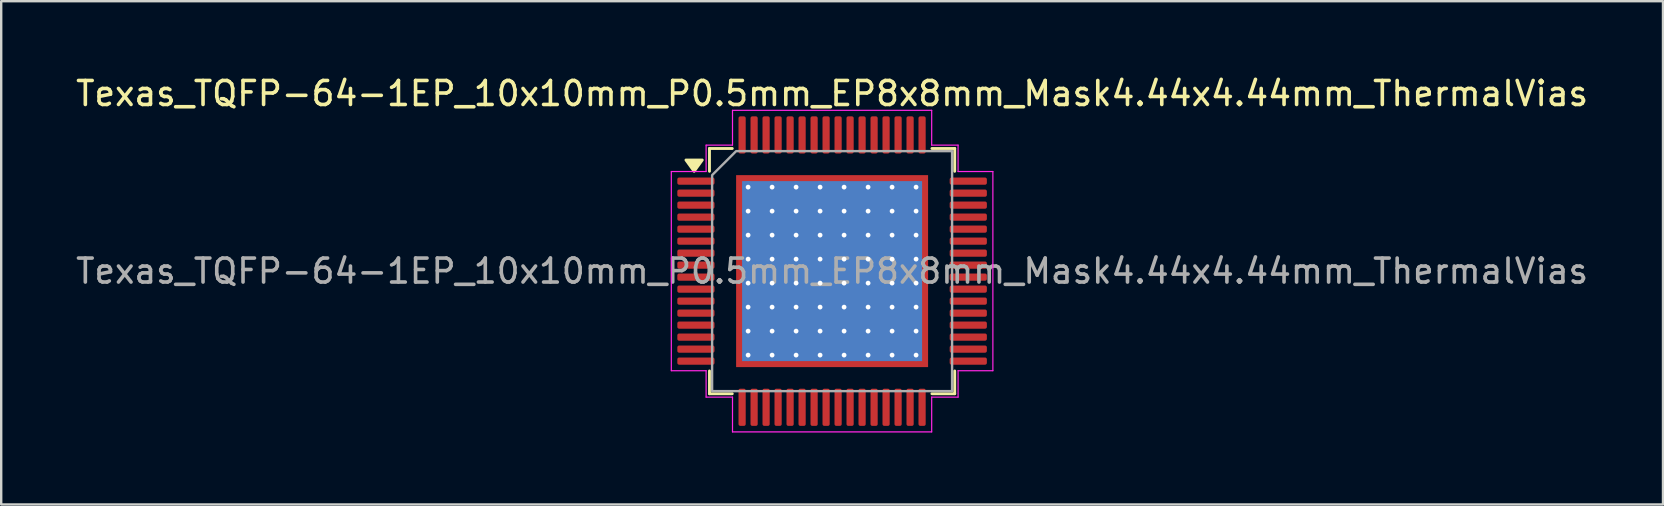
<source format=kicad_pcb>
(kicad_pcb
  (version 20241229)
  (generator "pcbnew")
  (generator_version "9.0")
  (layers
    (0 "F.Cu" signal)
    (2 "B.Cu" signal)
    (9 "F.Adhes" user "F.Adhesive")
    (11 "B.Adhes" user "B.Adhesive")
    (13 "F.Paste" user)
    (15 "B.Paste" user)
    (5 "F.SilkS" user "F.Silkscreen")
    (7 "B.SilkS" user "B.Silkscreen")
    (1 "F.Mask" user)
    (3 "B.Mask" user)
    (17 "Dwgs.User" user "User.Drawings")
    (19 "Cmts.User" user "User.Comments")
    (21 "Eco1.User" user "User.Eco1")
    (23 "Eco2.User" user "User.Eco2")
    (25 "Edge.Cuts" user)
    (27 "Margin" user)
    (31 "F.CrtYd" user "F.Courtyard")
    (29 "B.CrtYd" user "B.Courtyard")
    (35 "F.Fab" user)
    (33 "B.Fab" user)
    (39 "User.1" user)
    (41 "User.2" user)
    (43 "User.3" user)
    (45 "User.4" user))
  (footprint "Texas_TQFP-64-1EP_10x10mm_P0.5mm_EP8x8mm_Mask4.44x4.44mm_ThermalVias"
    (layer "F.Cu")
    (at 31.625 8.248)
    (property "Reference" "Texas_TQFP-64-1EP_10x10mm_P0.5mm_EP8x8mm_Mask4.44x4.44mm_ThermalVias" (at 0 -7.4 0) (layer "F.SilkS") (effects (font (size 1 1) (thickness 0.15))))
    (attr smd)
    (fp_line (start -5.11 -5.11) (end -4.16 -5.11) (stroke (width 0.12) (type solid)) (layer "F.SilkS"))
    (fp_line (start -5.11 -4.16) (end -5.11 -5.11) (stroke (width 0.12) (type solid)) (layer "F.SilkS"))
    (fp_line (start -5.11 5.11) (end -5.11 4.16) (stroke (width 0.12) (type solid)) (layer "F.SilkS"))
    (fp_line (start -4.16 5.11) (end -5.11 5.11) (stroke (width 0.12) (type solid)) (layer "F.SilkS"))
    (fp_line (start 4.16 -5.11) (end 5.11 -5.11) (stroke (width 0.12) (type solid)) (layer "F.SilkS"))
    (fp_line (start 5.11 -5.11) (end 5.11 -4.16) (stroke (width 0.12) (type solid)) (layer "F.SilkS"))
    (fp_line (start 5.11 4.16) (end 5.11 5.11) (stroke (width 0.12) (type solid)) (layer "F.SilkS"))
    (fp_line (start 5.11 5.11) (end 4.16 5.11) (stroke (width 0.12) (type solid)) (layer "F.SilkS"))
    (fp_poly (pts (xy -5.75 -4.16) (xy -6.09 -4.63) (xy -5.41 -4.63)) (stroke (width 0.12) (type solid)) (fill yes) (layer "F.SilkS"))
    (fp_line (start -6.7 -4.15) (end -5.25 -4.15) (stroke (width 0.05) (type solid)) (layer "F.CrtYd"))
    (fp_line (start -6.7 4.15) (end -6.7 -4.15) (stroke (width 0.05) (type solid)) (layer "F.CrtYd"))
    (fp_line (start -5.25 -5.25) (end -4.15 -5.25) (stroke (width 0.05) (type solid)) (layer "F.CrtYd"))
    (fp_line (start -5.25 -4.15) (end -5.25 -5.25) (stroke (width 0.05) (type solid)) (layer "F.CrtYd"))
    (fp_line (start -5.25 4.15) (end -6.7 4.15) (stroke (width 0.05) (type solid)) (layer "F.CrtYd"))
    (fp_line (start -5.25 5.25) (end -5.25 4.15) (stroke (width 0.05) (type solid)) (layer "F.CrtYd"))
    (fp_line (start -4.15 -6.7) (end 4.15 -6.7) (stroke (width 0.05) (type solid)) (layer "F.CrtYd"))
    (fp_line (start -4.15 -5.25) (end -4.15 -6.7) (stroke (width 0.05) (type solid)) (layer "F.CrtYd"))
    (fp_line (start -4.15 5.25) (end -5.25 5.25) (stroke (width 0.05) (type solid)) (layer "F.CrtYd"))
    (fp_line (start -4.15 6.7) (end -4.15 5.25) (stroke (width 0.05) (type solid)) (layer "F.CrtYd"))
    (fp_line (start 4.15 -6.7) (end 4.15 -5.25) (stroke (width 0.05) (type solid)) (layer "F.CrtYd"))
    (fp_line (start 4.15 -5.25) (end 5.25 -5.25) (stroke (width 0.05) (type solid)) (layer "F.CrtYd"))
    (fp_line (start 4.15 5.25) (end 4.15 6.7) (stroke (width 0.05) (type solid)) (layer "F.CrtYd"))
    (fp_line (start 4.15 6.7) (end -4.15 6.7) (stroke (width 0.05) (type solid)) (layer "F.CrtYd"))
    (fp_line (start 5.25 -5.25) (end 5.25 -4.15) (stroke (width 0.05) (type solid)) (layer "F.CrtYd"))
    (fp_line (start 5.25 -4.15) (end 6.7 -4.15) (stroke (width 0.05) (type solid)) (layer "F.CrtYd"))
    (fp_line (start 5.25 4.15) (end 5.25 5.25) (stroke (width 0.05) (type solid)) (layer "F.CrtYd"))
    (fp_line (start 5.25 5.25) (end 4.15 5.25) (stroke (width 0.05) (type solid)) (layer "F.CrtYd"))
    (fp_line (start 6.7 -4.15) (end 6.7 4.15) (stroke (width 0.05) (type solid)) (layer "F.CrtYd"))
    (fp_line (start 6.7 4.15) (end 5.25 4.15) (stroke (width 0.05) (type solid)) (layer "F.CrtYd"))
    (fp_poly (pts (xy -5 -4) (xy -5 5) (xy 5 5) (xy 5 -5) (xy -4 -5)) (stroke (width 0.1) (type solid)) (fill no) (layer "F.Fab"))
    (fp_text user "${REFERENCE}" (at 0 0 0) (layer "F.Fab") (effects (font (size 1 1) (thickness 0.15))))
    (pad "" smd roundrect (at -1.11 -1.11) (size 1.79 1.79) (layers "F.Paste") (roundrect_rratio 0.14))
    (pad "" smd roundrect (at -1.11 1.11) (size 1.79 1.79) (layers "F.Paste") (roundrect_rratio 0.14))
    (pad "" smd rect (at 0 0) (size 4.44 4.44) (layers "F.Mask"))
    (pad "" smd roundrect (at 1.11 -1.11) (size 1.79 1.79) (layers "F.Paste") (roundrect_rratio 0.14))
    (pad "" smd roundrect (at 1.11 1.11) (size 1.79 1.79) (layers "F.Paste") (roundrect_rratio 0.14))
    (pad "1" smd roundrect (at -5.675 -3.75) (size 1.55 0.3) (layers "F.Cu" "F.Mask" "F.Paste") (roundrect_rratio 0.25))
    (pad "2" smd roundrect (at -5.675 -3.25) (size 1.55 0.3) (layers "F.Cu" "F.Mask" "F.Paste") (roundrect_rratio 0.25))
    (pad "3" smd roundrect (at -5.675 -2.75) (size 1.55 0.3) (layers "F.Cu" "F.Mask" "F.Paste") (roundrect_rratio 0.25))
    (pad "4" smd roundrect (at -5.675 -2.25) (size 1.55 0.3) (layers "F.Cu" "F.Mask" "F.Paste") (roundrect_rratio 0.25))
    (pad "5" smd roundrect (at -5.675 -1.75) (size 1.55 0.3) (layers "F.Cu" "F.Mask" "F.Paste") (roundrect_rratio 0.25))
    (pad "6" smd roundrect (at -5.675 -1.25) (size 1.55 0.3) (layers "F.Cu" "F.Mask" "F.Paste") (roundrect_rratio 0.25))
    (pad "7" smd roundrect (at -5.675 -0.75) (size 1.55 0.3) (layers "F.Cu" "F.Mask" "F.Paste") (roundrect_rratio 0.25))
    (pad "8" smd roundrect (at -5.675 -0.25) (size 1.55 0.3) (layers "F.Cu" "F.Mask" "F.Paste") (roundrect_rratio 0.25))
    (pad "9" smd roundrect (at -5.675 0.25) (size 1.55 0.3) (layers "F.Cu" "F.Mask" "F.Paste") (roundrect_rratio 0.25))
    (pad "10" smd roundrect (at -5.675 0.75) (size 1.55 0.3) (layers "F.Cu" "F.Mask" "F.Paste") (roundrect_rratio 0.25))
    (pad "11" smd roundrect (at -5.675 1.25) (size 1.55 0.3) (layers "F.Cu" "F.Mask" "F.Paste") (roundrect_rratio 0.25))
    (pad "12" smd roundrect (at -5.675 1.75) (size 1.55 0.3) (layers "F.Cu" "F.Mask" "F.Paste") (roundrect_rratio 0.25))
    (pad "13" smd roundrect (at -5.675 2.25) (size 1.55 0.3) (layers "F.Cu" "F.Mask" "F.Paste") (roundrect_rratio 0.25))
    (pad "14" smd roundrect (at -5.675 2.75) (size 1.55 0.3) (layers "F.Cu" "F.Mask" "F.Paste") (roundrect_rratio 0.25))
    (pad "15" smd roundrect (at -5.675 3.25) (size 1.55 0.3) (layers "F.Cu" "F.Mask" "F.Paste") (roundrect_rratio 0.25))
    (pad "16" smd roundrect (at -5.675 3.75) (size 1.55 0.3) (layers "F.Cu" "F.Mask" "F.Paste") (roundrect_rratio 0.25))
    (pad "17" smd roundrect (at -3.75 5.675) (size 0.3 1.55) (layers "F.Cu" "F.Mask" "F.Paste") (roundrect_rratio 0.25))
    (pad "18" smd roundrect (at -3.25 5.675) (size 0.3 1.55) (layers "F.Cu" "F.Mask" "F.Paste") (roundrect_rratio 0.25))
    (pad "19" smd roundrect (at -2.75 5.675) (size 0.3 1.55) (layers "F.Cu" "F.Mask" "F.Paste") (roundrect_rratio 0.25))
    (pad "20" smd roundrect (at -2.25 5.675) (size 0.3 1.55) (layers "F.Cu" "F.Mask" "F.Paste") (roundrect_rratio 0.25))
    (pad "21" smd roundrect (at -1.75 5.675) (size 0.3 1.55) (layers "F.Cu" "F.Mask" "F.Paste") (roundrect_rratio 0.25))
    (pad "22" smd roundrect (at -1.25 5.675) (size 0.3 1.55) (layers "F.Cu" "F.Mask" "F.Paste") (roundrect_rratio 0.25))
    (pad "23" smd roundrect (at -0.75 5.675) (size 0.3 1.55) (layers "F.Cu" "F.Mask" "F.Paste") (roundrect_rratio 0.25))
    (pad "24" smd roundrect (at -0.25 5.675) (size 0.3 1.55) (layers "F.Cu" "F.Mask" "F.Paste") (roundrect_rratio 0.25))
    (pad "25" smd roundrect (at 0.25 5.675) (size 0.3 1.55) (layers "F.Cu" "F.Mask" "F.Paste") (roundrect_rratio 0.25))
    (pad "26" smd roundrect (at 0.75 5.675) (size 0.3 1.55) (layers "F.Cu" "F.Mask" "F.Paste") (roundrect_rratio 0.25))
    (pad "27" smd roundrect (at 1.25 5.675) (size 0.3 1.55) (layers "F.Cu" "F.Mask" "F.Paste") (roundrect_rratio 0.25))
    (pad "28" smd roundrect (at 1.75 5.675) (size 0.3 1.55) (layers "F.Cu" "F.Mask" "F.Paste") (roundrect_rratio 0.25))
    (pad "29" smd roundrect (at 2.25 5.675) (size 0.3 1.55) (layers "F.Cu" "F.Mask" "F.Paste") (roundrect_rratio 0.25))
    (pad "30" smd roundrect (at 2.75 5.675) (size 0.3 1.55) (layers "F.Cu" "F.Mask" "F.Paste") (roundrect_rratio 0.25))
    (pad "31" smd roundrect (at 3.25 5.675) (size 0.3 1.55) (layers "F.Cu" "F.Mask" "F.Paste") (roundrect_rratio 0.25))
    (pad "32" smd roundrect (at 3.75 5.675) (size 0.3 1.55) (layers "F.Cu" "F.Mask" "F.Paste") (roundrect_rratio 0.25))
    (pad "33" smd roundrect (at 5.675 3.75) (size 1.55 0.3) (layers "F.Cu" "F.Mask" "F.Paste") (roundrect_rratio 0.25))
    (pad "34" smd roundrect (at 5.675 3.25) (size 1.55 0.3) (layers "F.Cu" "F.Mask" "F.Paste") (roundrect_rratio 0.25))
    (pad "35" smd roundrect (at 5.675 2.75) (size 1.55 0.3) (layers "F.Cu" "F.Mask" "F.Paste") (roundrect_rratio 0.25))
    (pad "36" smd roundrect (at 5.675 2.25) (size 1.55 0.3) (layers "F.Cu" "F.Mask" "F.Paste") (roundrect_rratio 0.25))
    (pad "37" smd roundrect (at 5.675 1.75) (size 1.55 0.3) (layers "F.Cu" "F.Mask" "F.Paste") (roundrect_rratio 0.25))
    (pad "38" smd roundrect (at 5.675 1.25) (size 1.55 0.3) (layers "F.Cu" "F.Mask" "F.Paste") (roundrect_rratio 0.25))
    (pad "39" smd roundrect (at 5.675 0.75) (size 1.55 0.3) (layers "F.Cu" "F.Mask" "F.Paste") (roundrect_rratio 0.25))
    (pad "40" smd roundrect (at 5.675 0.25) (size 1.55 0.3) (layers "F.Cu" "F.Mask" "F.Paste") (roundrect_rratio 0.25))
    (pad "41" smd roundrect (at 5.675 -0.25) (size 1.55 0.3) (layers "F.Cu" "F.Mask" "F.Paste") (roundrect_rratio 0.25))
    (pad "42" smd roundrect (at 5.675 -0.75) (size 1.55 0.3) (layers "F.Cu" "F.Mask" "F.Paste") (roundrect_rratio 0.25))
    (pad "43" smd roundrect (at 5.675 -1.25) (size 1.55 0.3) (layers "F.Cu" "F.Mask" "F.Paste") (roundrect_rratio 0.25))
    (pad "44" smd roundrect (at 5.675 -1.75) (size 1.55 0.3) (layers "F.Cu" "F.Mask" "F.Paste") (roundrect_rratio 0.25))
    (pad "45" smd roundrect (at 5.675 -2.25) (size 1.55 0.3) (layers "F.Cu" "F.Mask" "F.Paste") (roundrect_rratio 0.25))
    (pad "46" smd roundrect (at 5.675 -2.75) (size 1.55 0.3) (layers "F.Cu" "F.Mask" "F.Paste") (roundrect_rratio 0.25))
    (pad "47" smd roundrect (at 5.675 -3.25) (size 1.55 0.3) (layers "F.Cu" "F.Mask" "F.Paste") (roundrect_rratio 0.25))
    (pad "48" smd roundrect (at 5.675 -3.75) (size 1.55 0.3) (layers "F.Cu" "F.Mask" "F.Paste") (roundrect_rratio 0.25))
    (pad "49" smd roundrect (at 3.75 -5.675) (size 0.3 1.55) (layers "F.Cu" "F.Mask" "F.Paste") (roundrect_rratio 0.25))
    (pad "50" smd roundrect (at 3.25 -5.675) (size 0.3 1.55) (layers "F.Cu" "F.Mask" "F.Paste") (roundrect_rratio 0.25))
    (pad "51" smd roundrect (at 2.75 -5.675) (size 0.3 1.55) (layers "F.Cu" "F.Mask" "F.Paste") (roundrect_rratio 0.25))
    (pad "52" smd roundrect (at 2.25 -5.675) (size 0.3 1.55) (layers "F.Cu" "F.Mask" "F.Paste") (roundrect_rratio 0.25))
    (pad "53" smd roundrect (at 1.75 -5.675) (size 0.3 1.55) (layers "F.Cu" "F.Mask" "F.Paste") (roundrect_rratio 0.25))
    (pad "54" smd roundrect (at 1.25 -5.675) (size 0.3 1.55) (layers "F.Cu" "F.Mask" "F.Paste") (roundrect_rratio 0.25))
    (pad "55" smd roundrect (at 0.75 -5.675) (size 0.3 1.55) (layers "F.Cu" "F.Mask" "F.Paste") (roundrect_rratio 0.25))
    (pad "56" smd roundrect (at 0.25 -5.675) (size 0.3 1.55) (layers "F.Cu" "F.Mask" "F.Paste") (roundrect_rratio 0.25))
    (pad "57" smd roundrect (at -0.25 -5.675) (size 0.3 1.55) (layers "F.Cu" "F.Mask" "F.Paste") (roundrect_rratio 0.25))
    (pad "58" smd roundrect (at -0.75 -5.675) (size 0.3 1.55) (layers "F.Cu" "F.Mask" "F.Paste") (roundrect_rratio 0.25))
    (pad "59" smd roundrect (at -1.25 -5.675) (size 0.3 1.55) (layers "F.Cu" "F.Mask" "F.Paste") (roundrect_rratio 0.25))
    (pad "60" smd roundrect (at -1.75 -5.675) (size 0.3 1.55) (layers "F.Cu" "F.Mask" "F.Paste") (roundrect_rratio 0.25))
    (pad "61" smd roundrect (at -2.25 -5.675) (size 0.3 1.55) (layers "F.Cu" "F.Mask" "F.Paste") (roundrect_rratio 0.25))
    (pad "62" smd roundrect (at -2.75 -5.675) (size 0.3 1.55) (layers "F.Cu" "F.Mask" "F.Paste") (roundrect_rratio 0.25))
    (pad "63" smd roundrect (at -3.25 -5.675) (size 0.3 1.55) (layers "F.Cu" "F.Mask" "F.Paste") (roundrect_rratio 0.25))
    (pad "64" smd roundrect (at -3.75 -5.675) (size 0.3 1.55) (layers "F.Cu" "F.Mask" "F.Paste") (roundrect_rratio 0.25))
    (pad "65" thru_hole circle (at -3.5 -3.5) (size 0.5 0.5) (drill 0.2) (property pad_prop_heatsink) (layers "*.Cu"))
    (pad "65" thru_hole circle (at -3.5 -2.5) (size 0.5 0.5) (drill 0.2) (property pad_prop_heatsink) (layers "*.Cu"))
    (pad "65" thru_hole circle (at -3.5 -1.5) (size 0.5 0.5) (drill 0.2) (property pad_prop_heatsink) (layers "*.Cu"))
    (pad "65" thru_hole circle (at -3.5 -0.5) (size 0.5 0.5) (drill 0.2) (property pad_prop_heatsink) (layers "*.Cu"))
    (pad "65" thru_hole circle (at -3.5 0.5) (size 0.5 0.5) (drill 0.2) (property pad_prop_heatsink) (layers "*.Cu"))
    (pad "65" thru_hole circle (at -3.5 1.5) (size 0.5 0.5) (drill 0.2) (property pad_prop_heatsink) (layers "*.Cu"))
    (pad "65" thru_hole circle (at -3.5 2.5) (size 0.5 0.5) (drill 0.2) (property pad_prop_heatsink) (layers "*.Cu"))
    (pad "65" thru_hole circle (at -3.5 3.5) (size 0.5 0.5) (drill 0.2) (property pad_prop_heatsink) (layers "*.Cu"))
    (pad "65" thru_hole circle (at -2.5 -3.5) (size 0.5 0.5) (drill 0.2) (property pad_prop_heatsink) (layers "*.Cu"))
    (pad "65" thru_hole circle (at -2.5 -2.5) (size 0.5 0.5) (drill 0.2) (property pad_prop_heatsink) (layers "*.Cu"))
    (pad "65" thru_hole circle (at -2.5 -1.5) (size 0.5 0.5) (drill 0.2) (property pad_prop_heatsink) (layers "*.Cu"))
    (pad "65" thru_hole circle (at -2.5 -0.5) (size 0.5 0.5) (drill 0.2) (property pad_prop_heatsink) (layers "*.Cu"))
    (pad "65" thru_hole circle (at -2.5 0.5) (size 0.5 0.5) (drill 0.2) (property pad_prop_heatsink) (layers "*.Cu"))
    (pad "65" thru_hole circle (at -2.5 1.5) (size 0.5 0.5) (drill 0.2) (property pad_prop_heatsink) (layers "*.Cu"))
    (pad "65" thru_hole circle (at -2.5 2.5) (size 0.5 0.5) (drill 0.2) (property pad_prop_heatsink) (layers "*.Cu"))
    (pad "65" thru_hole circle (at -2.5 3.5) (size 0.5 0.5) (drill 0.2) (property pad_prop_heatsink) (layers "*.Cu"))
    (pad "65" thru_hole circle (at -1.5 -3.5) (size 0.5 0.5) (drill 0.2) (property pad_prop_heatsink) (layers "*.Cu"))
    (pad "65" thru_hole circle (at -1.5 -2.5) (size 0.5 0.5) (drill 0.2) (property pad_prop_heatsink) (layers "*.Cu"))
    (pad "65" thru_hole circle (at -1.5 -1.5) (size 0.5 0.5) (drill 0.2) (property pad_prop_heatsink) (layers "*.Cu"))
    (pad "65" thru_hole circle (at -1.5 -0.5) (size 0.5 0.5) (drill 0.2) (property pad_prop_heatsink) (layers "*.Cu"))
    (pad "65" thru_hole circle (at -1.5 0.5) (size 0.5 0.5) (drill 0.2) (property pad_prop_heatsink) (layers "*.Cu"))
    (pad "65" thru_hole circle (at -1.5 1.5) (size 0.5 0.5) (drill 0.2) (property pad_prop_heatsink) (layers "*.Cu"))
    (pad "65" thru_hole circle (at -1.5 2.5) (size 0.5 0.5) (drill 0.2) (property pad_prop_heatsink) (layers "*.Cu"))
    (pad "65" thru_hole circle (at -1.5 3.5) (size 0.5 0.5) (drill 0.2) (property pad_prop_heatsink) (layers "*.Cu"))
    (pad "65" thru_hole circle (at -0.5 -3.5) (size 0.5 0.5) (drill 0.2) (property pad_prop_heatsink) (layers "*.Cu"))
    (pad "65" thru_hole circle (at -0.5 -2.5) (size 0.5 0.5) (drill 0.2) (property pad_prop_heatsink) (layers "*.Cu"))
    (pad "65" thru_hole circle (at -0.5 -1.5) (size 0.5 0.5) (drill 0.2) (property pad_prop_heatsink) (layers "*.Cu"))
    (pad "65" thru_hole circle (at -0.5 -0.5) (size 0.5 0.5) (drill 0.2) (property pad_prop_heatsink) (layers "*.Cu"))
    (pad "65" thru_hole circle (at -0.5 0.5) (size 0.5 0.5) (drill 0.2) (property pad_prop_heatsink) (layers "*.Cu"))
    (pad "65" thru_hole circle (at -0.5 1.5) (size 0.5 0.5) (drill 0.2) (property pad_prop_heatsink) (layers "*.Cu"))
    (pad "65" thru_hole circle (at -0.5 2.5) (size 0.5 0.5) (drill 0.2) (property pad_prop_heatsink) (layers "*.Cu"))
    (pad "65" thru_hole circle (at -0.5 3.5) (size 0.5 0.5) (drill 0.2) (property pad_prop_heatsink) (layers "*.Cu"))
    (pad "65" smd rect (at 0 0) (size 7.5 7.5) (property pad_prop_heatsink) (layers "B.Cu"))
    (pad "65" smd rect (at 0 0) (size 8 8) (property pad_prop_heatsink) (layers "F.Cu"))
    (pad "65" thru_hole circle (at 0.5 -3.5) (size 0.5 0.5) (drill 0.2) (property pad_prop_heatsink) (layers "*.Cu"))
    (pad "65" thru_hole circle (at 0.5 -2.5) (size 0.5 0.5) (drill 0.2) (property pad_prop_heatsink) (layers "*.Cu"))
    (pad "65" thru_hole circle (at 0.5 -1.5) (size 0.5 0.5) (drill 0.2) (property pad_prop_heatsink) (layers "*.Cu"))
    (pad "65" thru_hole circle (at 0.5 -0.5) (size 0.5 0.5) (drill 0.2) (property pad_prop_heatsink) (layers "*.Cu"))
    (pad "65" thru_hole circle (at 0.5 0.5) (size 0.5 0.5) (drill 0.2) (property pad_prop_heatsink) (layers "*.Cu"))
    (pad "65" thru_hole circle (at 0.5 1.5) (size 0.5 0.5) (drill 0.2) (property pad_prop_heatsink) (layers "*.Cu"))
    (pad "65" thru_hole circle (at 0.5 2.5) (size 0.5 0.5) (drill 0.2) (property pad_prop_heatsink) (layers "*.Cu"))
    (pad "65" thru_hole circle (at 0.5 3.5) (size 0.5 0.5) (drill 0.2) (property pad_prop_heatsink) (layers "*.Cu"))
    (pad "65" thru_hole circle (at 1.5 -3.5) (size 0.5 0.5) (drill 0.2) (property pad_prop_heatsink) (layers "*.Cu"))
    (pad "65" thru_hole circle (at 1.5 -2.5) (size 0.5 0.5) (drill 0.2) (property pad_prop_heatsink) (layers "*.Cu"))
    (pad "65" thru_hole circle (at 1.5 -1.5) (size 0.5 0.5) (drill 0.2) (property pad_prop_heatsink) (layers "*.Cu"))
    (pad "65" thru_hole circle (at 1.5 -0.5) (size 0.5 0.5) (drill 0.2) (property pad_prop_heatsink) (layers "*.Cu"))
    (pad "65" thru_hole circle (at 1.5 0.5) (size 0.5 0.5) (drill 0.2) (property pad_prop_heatsink) (layers "*.Cu"))
    (pad "65" thru_hole circle (at 1.5 1.5) (size 0.5 0.5) (drill 0.2) (property pad_prop_heatsink) (layers "*.Cu"))
    (pad "65" thru_hole circle (at 1.5 2.5) (size 0.5 0.5) (drill 0.2) (property pad_prop_heatsink) (layers "*.Cu"))
    (pad "65" thru_hole circle (at 1.5 3.5) (size 0.5 0.5) (drill 0.2) (property pad_prop_heatsink) (layers "*.Cu"))
    (pad "65" thru_hole circle (at 2.5 -3.5) (size 0.5 0.5) (drill 0.2) (property pad_prop_heatsink) (layers "*.Cu"))
    (pad "65" thru_hole circle (at 2.5 -2.5) (size 0.5 0.5) (drill 0.2) (property pad_prop_heatsink) (layers "*.Cu"))
    (pad "65" thru_hole circle (at 2.5 -1.5) (size 0.5 0.5) (drill 0.2) (property pad_prop_heatsink) (layers "*.Cu"))
    (pad "65" thru_hole circle (at 2.5 -0.5) (size 0.5 0.5) (drill 0.2) (property pad_prop_heatsink) (layers "*.Cu"))
    (pad "65" thru_hole circle (at 2.5 0.5) (size 0.5 0.5) (drill 0.2) (property pad_prop_heatsink) (layers "*.Cu"))
    (pad "65" thru_hole circle (at 2.5 1.5) (size 0.5 0.5) (drill 0.2) (property pad_prop_heatsink) (layers "*.Cu"))
    (pad "65" thru_hole circle (at 2.5 2.5) (size 0.5 0.5) (drill 0.2) (property pad_prop_heatsink) (layers "*.Cu"))
    (pad "65" thru_hole circle (at 2.5 3.5) (size 0.5 0.5) (drill 0.2) (property pad_prop_heatsink) (layers "*.Cu"))
    (pad "65" thru_hole circle (at 3.5 -3.5) (size 0.5 0.5) (drill 0.2) (property pad_prop_heatsink) (layers "*.Cu"))
    (pad "65" thru_hole circle (at 3.5 -2.5) (size 0.5 0.5) (drill 0.2) (property pad_prop_heatsink) (layers "*.Cu"))
    (pad "65" thru_hole circle (at 3.5 -1.5) (size 0.5 0.5) (drill 0.2) (property pad_prop_heatsink) (layers "*.Cu"))
    (pad "65" thru_hole circle (at 3.5 -0.5) (size 0.5 0.5) (drill 0.2) (property pad_prop_heatsink) (layers "*.Cu"))
    (pad "65" thru_hole circle (at 3.5 0.5) (size 0.5 0.5) (drill 0.2) (property pad_prop_heatsink) (layers "*.Cu"))
    (pad "65" thru_hole circle (at 3.5 1.5) (size 0.5 0.5) (drill 0.2) (property pad_prop_heatsink) (layers "*.Cu"))
    (pad "65" thru_hole circle (at 3.5 2.5) (size 0.5 0.5) (drill 0.2) (property pad_prop_heatsink) (layers "*.Cu"))
    (pad "65" thru_hole circle (at 3.5 3.5) (size 0.5 0.5) (drill 0.2) (property pad_prop_heatsink) (layers "*.Cu")))
  (gr_rect
    (start -3 -3)
    (end 66.25 17.973)
    (stroke (width 0.1) (type default))
    (fill no)
    (layer "Edge.Cuts")))
</source>
